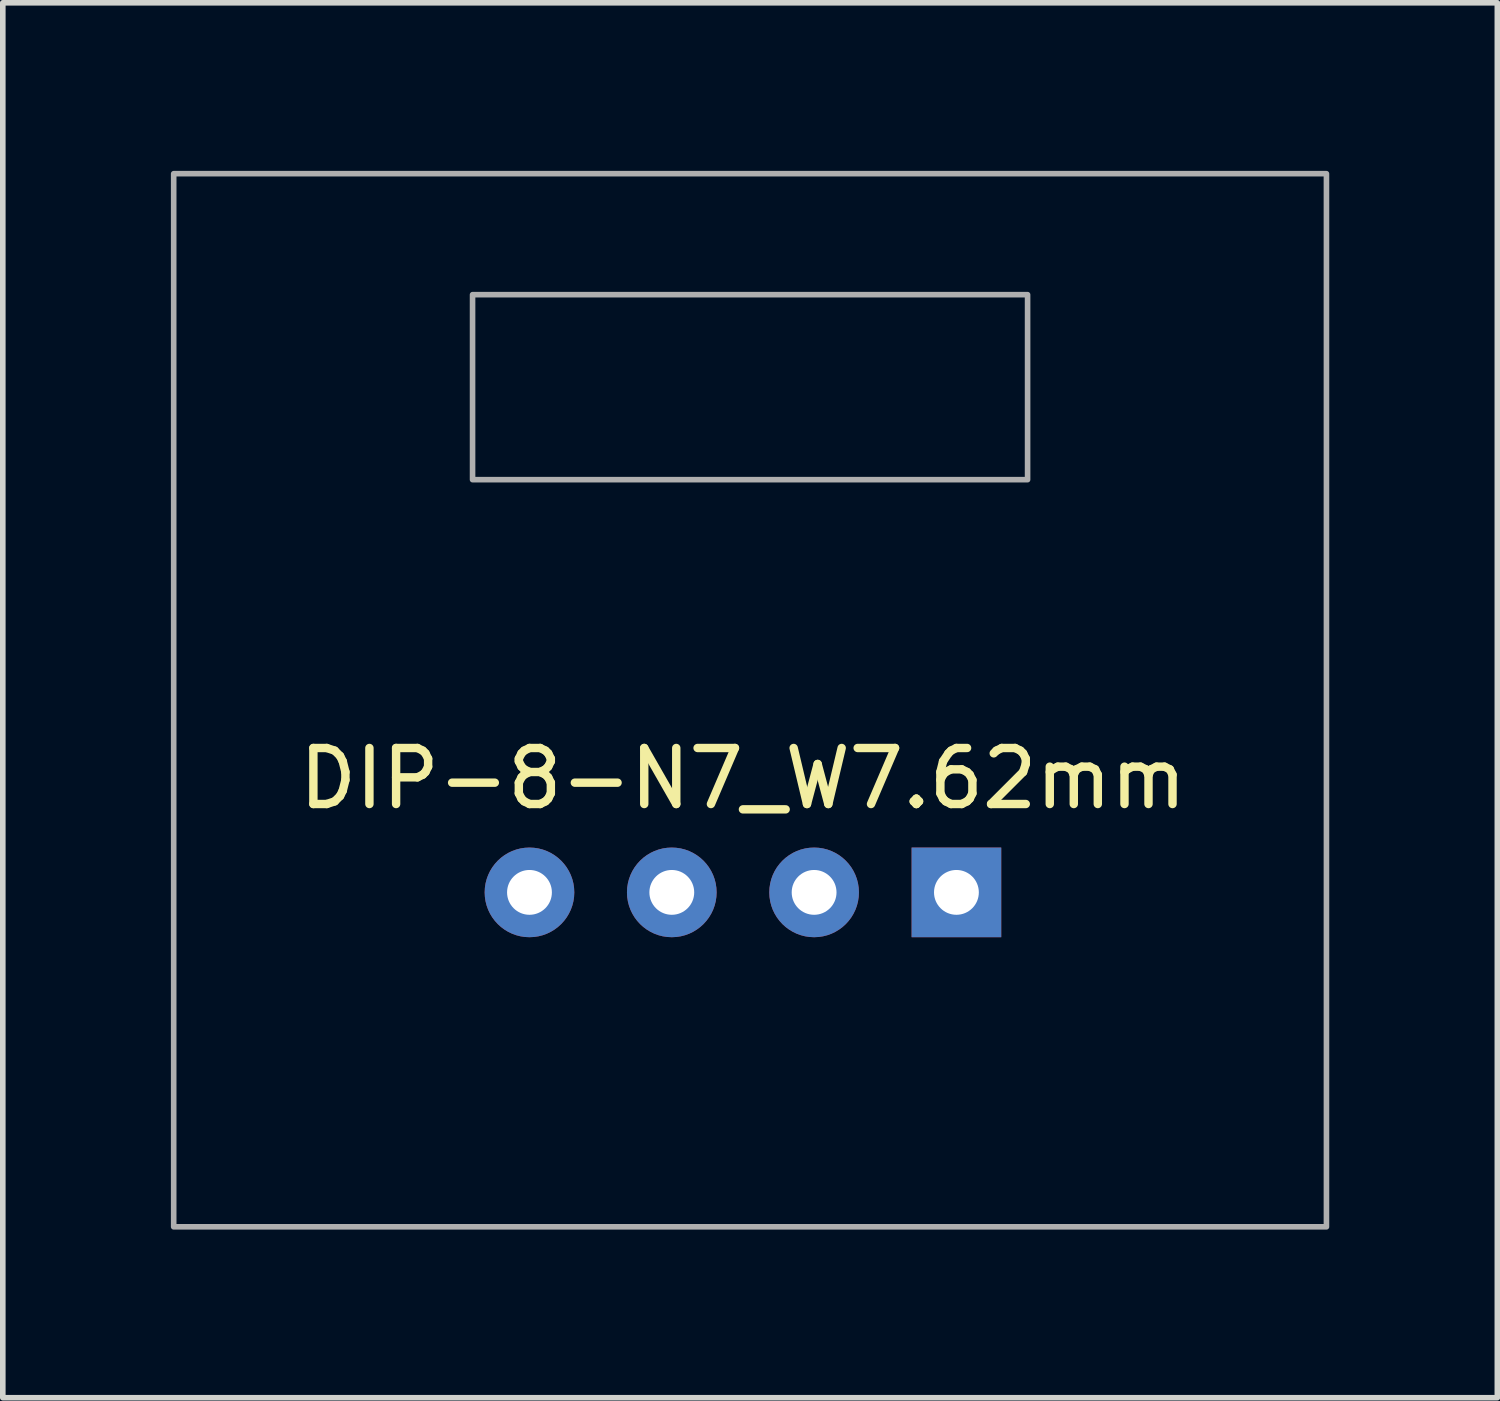
<source format=kicad_pcb>
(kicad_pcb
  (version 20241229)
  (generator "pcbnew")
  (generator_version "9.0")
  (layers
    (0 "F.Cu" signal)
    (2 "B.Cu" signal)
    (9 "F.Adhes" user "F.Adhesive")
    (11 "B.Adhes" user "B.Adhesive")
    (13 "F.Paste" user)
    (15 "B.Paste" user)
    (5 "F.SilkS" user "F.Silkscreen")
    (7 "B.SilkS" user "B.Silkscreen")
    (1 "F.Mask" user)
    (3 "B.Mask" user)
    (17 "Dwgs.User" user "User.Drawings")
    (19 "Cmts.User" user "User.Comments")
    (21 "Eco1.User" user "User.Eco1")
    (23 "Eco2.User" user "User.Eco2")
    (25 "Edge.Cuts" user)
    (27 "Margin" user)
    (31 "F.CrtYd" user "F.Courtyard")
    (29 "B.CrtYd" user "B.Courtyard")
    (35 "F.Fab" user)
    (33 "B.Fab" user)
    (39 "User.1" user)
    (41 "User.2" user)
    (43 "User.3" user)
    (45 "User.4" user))
  (footprint "DIP-8-N7_W7.62mm"
    (layer "F.Cu")
    (at 10.21 10.083)
    (property "Reference" "DIP-8-N7_W7.62mm" (at 0 0.762 0) (layer "F.SilkS") (effects (font (size 1 1) (thickness 0.15))))
    (attr through_hole)
    (fp_rect (start -4.826 -7.874) (end 5.08 -4.572) (stroke (width 0.1) (type solid)) (fill no) (layer "F.Fab"))
    (fp_rect (start 10.414 8.763) (end -10.16 -10.033) (stroke (width 0.1) (type solid)) (fill no) (layer "F.Fab"))
    (pad "1" thru_hole rect (at 3.81 2.794 270) (size 1.6 1.6) (drill 0.8) (layers "*.Cu" "*.Mask"))
    (pad "2" thru_hole oval (at 1.27 2.794 270) (size 1.6 1.6) (drill 0.8) (layers "*.Cu" "*.Mask"))
    (pad "3" thru_hole oval (at -1.27 2.794 270) (size 1.6 1.6) (drill 0.8) (layers "*.Cu" "*.Mask"))
    (pad "4" thru_hole oval (at -3.81 2.794 270) (size 1.6 1.6) (drill 0.8) (layers "*.Cu" "*.Mask")))
  (gr_rect
    (start -3 -3)
    (end 23.674 21.896)
    (stroke (width 0.1) (type default))
    (fill no)
    (layer "Edge.Cuts")))
</source>
